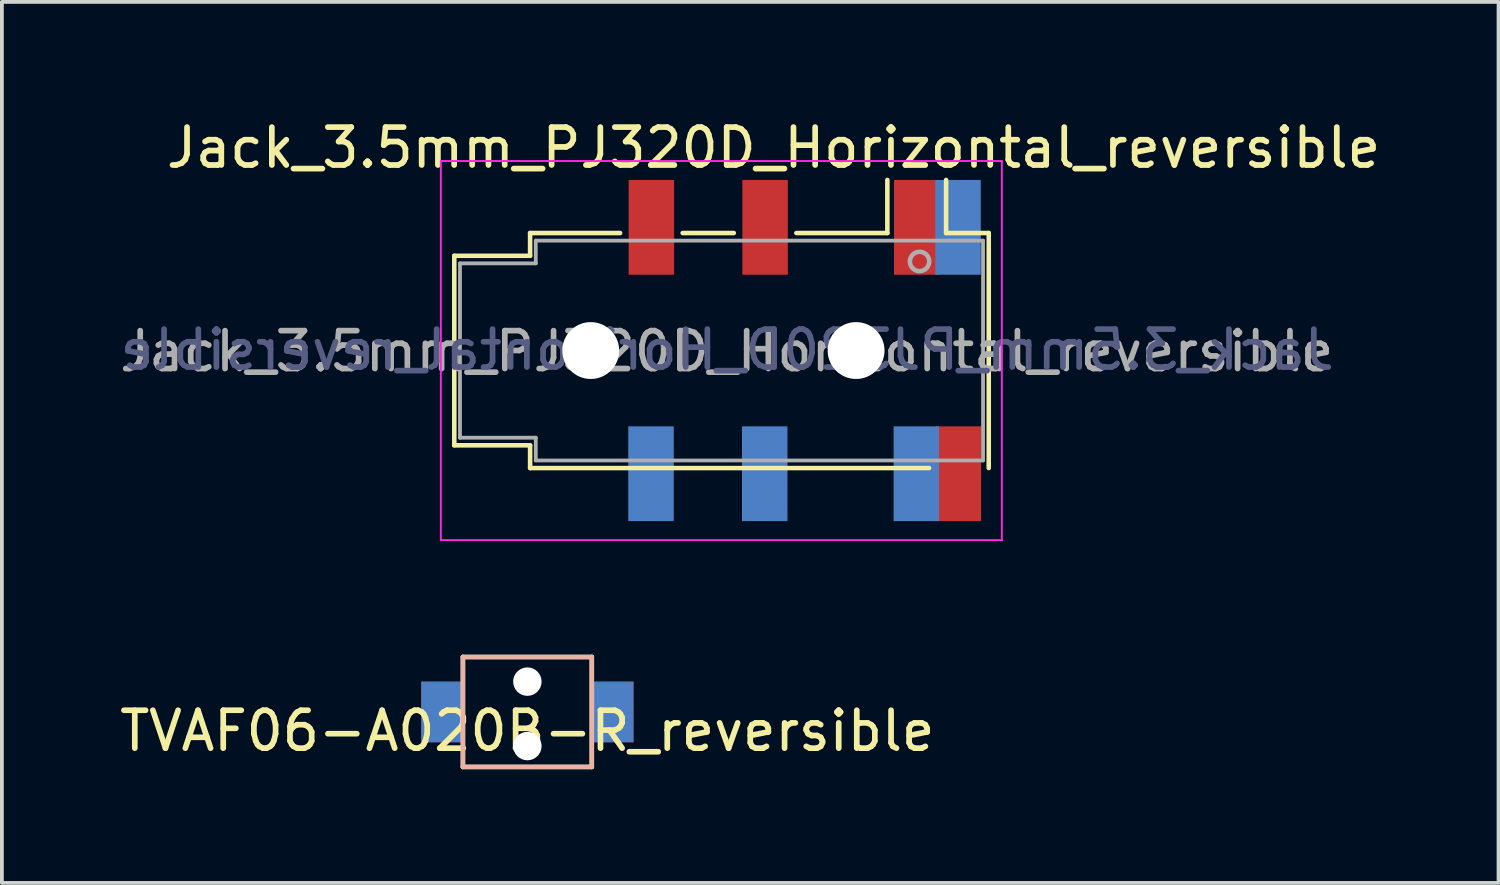
<source format=kicad_pcb>
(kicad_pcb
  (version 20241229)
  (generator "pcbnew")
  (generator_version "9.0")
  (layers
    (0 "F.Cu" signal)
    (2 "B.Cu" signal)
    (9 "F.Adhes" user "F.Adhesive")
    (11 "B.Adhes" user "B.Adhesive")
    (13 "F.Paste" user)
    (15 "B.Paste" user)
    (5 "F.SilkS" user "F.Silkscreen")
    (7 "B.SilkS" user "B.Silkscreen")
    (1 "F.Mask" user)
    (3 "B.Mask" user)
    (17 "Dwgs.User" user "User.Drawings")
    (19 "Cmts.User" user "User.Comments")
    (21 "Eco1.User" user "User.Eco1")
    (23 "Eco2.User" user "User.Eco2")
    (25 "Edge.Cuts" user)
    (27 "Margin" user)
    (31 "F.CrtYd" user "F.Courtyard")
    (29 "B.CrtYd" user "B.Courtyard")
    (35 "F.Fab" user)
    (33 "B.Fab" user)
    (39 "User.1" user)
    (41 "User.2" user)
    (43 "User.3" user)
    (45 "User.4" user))
  (footprint "Jack_3.5mm_PJ320D_Horizontal_reversible"
    (layer "F.Cu")
    (at 17.31 6.198)
    (property "Reference" "Jack_3.5mm_PJ320D_Horizontal_reversible" (at 0.05 -5.35 0) (layer "F.SilkS") (effects (font (size 1 1) (thickness 0.15))))
    (attr smd)
    (fp_line (start -8.375 -2.5) (end -8.375 2.5) (stroke (width 0.12) (type solid)) (layer "F.SilkS"))
    (fp_line (start -6.375 -3.1) (end -6.375 -2.5) (stroke (width 0.12) (type solid)) (layer "F.SilkS"))
    (fp_line (start -6.375 -3.1) (end -4 -3.1) (stroke (width 0.12) (type solid)) (layer "F.SilkS"))
    (fp_line (start -6.375 -2.5) (end -8.375 -2.5) (stroke (width 0.12) (type solid)) (layer "F.SilkS"))
    (fp_line (start -6.375 2.5) (end -8.375 2.5) (stroke (width 0.12) (type solid)) (layer "F.SilkS"))
    (fp_line (start -6.375 2.5) (end -6.375 3.1) (stroke (width 0.12) (type solid)) (layer "F.SilkS"))
    (fp_line (start -2.35 -3.1) (end -1 -3.1) (stroke (width 0.12) (type solid)) (layer "F.SilkS"))
    (fp_line (start 0.65 -3.1) (end 3.05 -3.1) (stroke (width 0.12) (type solid)) (layer "F.SilkS"))
    (fp_line (start 3.05 -3.1) (end 3.05 -4.5) (stroke (width 0.12) (type solid)) (layer "F.SilkS"))
    (fp_line (start 4.15 3.1) (end -6.375 3.1) (stroke (width 0.12) (type solid)) (layer "F.SilkS"))
    (fp_line (start 4.6 -3.1) (end 4.6 -4.5) (stroke (width 0.12) (type solid)) (layer "F.SilkS"))
    (fp_line (start 4.6 -3.1) (end 5.725 -3.1) (stroke (width 0.12) (type solid)) (layer "F.SilkS"))
    (fp_line (start 5.725 3.1) (end 5.725 -3.1) (stroke (width 0.12) (type solid)) (layer "F.SilkS"))
    (fp_line (start -8.73 -5) (end 6.07 -5) (stroke (width 0.05) (type solid)) (layer "F.CrtYd"))
    (fp_line (start -8.73 5) (end -8.73 -5) (stroke (width 0.05) (type solid)) (layer "F.CrtYd"))
    (fp_line (start -8.73 5) (end 6.07 5) (stroke (width 0.05) (type solid)) (layer "F.CrtYd"))
    (fp_line (start 6.07 5) (end 6.07 -5) (stroke (width 0.05) (type solid)) (layer "F.CrtYd"))
    (fp_line (start -8.225 -2.3) (end -6.225 -2.3) (stroke (width 0.1) (type solid)) (layer "F.Fab"))
    (fp_line (start -8.225 2.3) (end -8.225 -2.3) (stroke (width 0.1) (type solid)) (layer "F.Fab"))
    (fp_line (start -6.225 -2.9) (end 5.575 -2.9) (stroke (width 0.1) (type solid)) (layer "F.Fab"))
    (fp_line (start -6.225 -2.3) (end -6.225 -2.9) (stroke (width 0.1) (type solid)) (layer "F.Fab"))
    (fp_line (start -6.225 2.3) (end -8.225 2.3) (stroke (width 0.1) (type solid)) (layer "F.Fab"))
    (fp_line (start -6.225 2.9) (end -6.225 2.3) (stroke (width 0.1) (type solid)) (layer "F.Fab"))
    (fp_line (start 5.575 -2.9) (end 5.575 2.9) (stroke (width 0.1) (type solid)) (layer "F.Fab"))
    (fp_line (start 5.575 2.9) (end -6.225 2.9) (stroke (width 0.1) (type solid)) (layer "F.Fab"))
    (fp_circle (center 3.9 -2.35) (end 3.95 -2.1) (stroke (width 0.12) (type solid)) (fill no) (layer "F.Fab"))
    (fp_text user "${REFERENCE}" (at -1.175 -0.02 0) (layer "B.Fab") (effects (font (size 1 1) (thickness 0.15)) (justify mirror)))
    (fp_text user "${REFERENCE}" (at -1.185 0.02 0) (layer "F.Fab") (effects (font (size 1 1) (thickness 0.15))))
    (pad "" np_thru_hole circle (at -4.775 0) (size 1.5 1.5) (drill 1.5) (layers "*.Cu" "*.Mask"))
    (pad "" np_thru_hole circle (at 2.225 0) (size 1.5 1.5) (drill 1.5) (layers "*.Cu" "*.Mask"))
    (pad "R1" smd rect (at -0.185 3.25) (size 1.2 2.5) (layers "B.Cu" "B.Mask" "B.Paste"))
    (pad "R1" smd rect (at -0.175 -3.25) (size 1.2 2.5) (layers "F.Cu" "F.Mask" "F.Paste"))
    (pad "R2" smd rect (at -3.185 3.25) (size 1.2 2.5) (layers "B.Cu" "B.Mask" "B.Paste"))
    (pad "R2" smd rect (at -3.175 -3.25) (size 1.2 2.5) (layers "F.Cu" "F.Mask" "F.Paste"))
    (pad "S" smd rect (at 4.915 -3.25) (size 1.2 2.5) (layers "B.Cu" "B.Mask" "B.Paste"))
    (pad "S" smd rect (at 4.925 3.25) (size 1.2 2.5) (layers "F.Cu" "F.Mask" "F.Paste"))
    (pad "T" smd rect (at 3.815 3.25) (size 1.2 2.5) (layers "B.Cu" "B.Mask" "B.Paste"))
    (pad "T" smd rect (at 3.825 -3.25) (size 1.2 2.5) (layers "F.Cu" "F.Mask" "F.Paste")))
  (footprint "TVAF06-A020B-R_reversible"
    (layer "F.Cu")
    (at 10.863 15.733)
    (property "Reference" "TVAF06-A020B-R_reversible" (at 0 0.5 0) (layer "F.SilkS") (effects (font (size 1 1) (thickness 0.15))))
    (attr smd)
    (fp_line (start -1.7 -1.45) (end -1.7 1.45) (stroke (width 0.12) (type solid)) (layer "F.SilkS"))
    (fp_line (start -1.7 1.45) (end 1.7 1.45) (stroke (width 0.12) (type solid)) (layer "F.SilkS"))
    (fp_line (start 1.7 -1.45) (end -1.7 -1.45) (stroke (width 0.12) (type solid)) (layer "F.SilkS"))
    (fp_line (start 1.7 1.45) (end 1.7 -1.45) (stroke (width 0.12) (type solid)) (layer "F.SilkS"))
    (fp_line (start -1.7 -1.45) (end -1.7 1.45) (stroke (width 0.12) (type solid)) (layer "B.SilkS"))
    (fp_line (start -1.7 -1.45) (end 1.7 -1.45) (stroke (width 0.12) (type solid)) (layer "B.SilkS"))
    (fp_line (start 1.7 1.45) (end -1.7 1.45) (stroke (width 0.12) (type solid)) (layer "B.SilkS"))
    (fp_line (start 1.7 1.45) (end 1.7 -1.45) (stroke (width 0.12) (type solid)) (layer "B.SilkS"))
    (pad "" np_thru_hole circle (at 0 -0.8 90) (size 0.75 0.75) (drill 0.75) (layers "*.Cu" "*.Mask"))
    (pad "" np_thru_hole circle (at 0 0.9 90) (size 0.75 0.75) (drill 0.75) (layers "*.Cu" "*.Mask"))
    (pad "1" smd rect (at -2.25 0 90) (size 1.6 1.1) (layers "F.Cu" "F.Mask" "F.Paste"))
    (pad "1" smd rect (at -2.25 0 270) (size 1.6 1.1) (layers "B.Cu" "B.Mask" "B.Paste"))
    (pad "2" smd rect (at 2.25 0 90) (size 1.6 1.1) (layers "F.Cu" "F.Mask" "F.Paste"))
    (pad "2" smd rect (at 2.25 0 270) (size 1.6 1.1) (layers "B.Cu" "B.Mask" "B.Paste")))
  (gr_rect
    (start -3 -3)
    (end 36.485 20.243)
    (stroke (width 0.1) (type default))
    (fill no)
    (layer "Edge.Cuts")))
</source>
